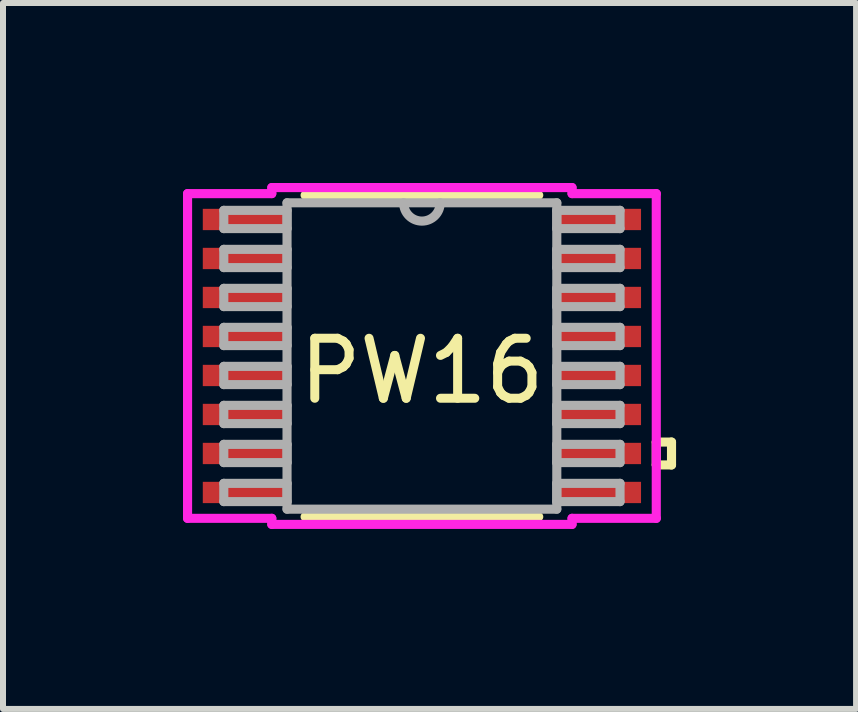
<source format=kicad_pcb>
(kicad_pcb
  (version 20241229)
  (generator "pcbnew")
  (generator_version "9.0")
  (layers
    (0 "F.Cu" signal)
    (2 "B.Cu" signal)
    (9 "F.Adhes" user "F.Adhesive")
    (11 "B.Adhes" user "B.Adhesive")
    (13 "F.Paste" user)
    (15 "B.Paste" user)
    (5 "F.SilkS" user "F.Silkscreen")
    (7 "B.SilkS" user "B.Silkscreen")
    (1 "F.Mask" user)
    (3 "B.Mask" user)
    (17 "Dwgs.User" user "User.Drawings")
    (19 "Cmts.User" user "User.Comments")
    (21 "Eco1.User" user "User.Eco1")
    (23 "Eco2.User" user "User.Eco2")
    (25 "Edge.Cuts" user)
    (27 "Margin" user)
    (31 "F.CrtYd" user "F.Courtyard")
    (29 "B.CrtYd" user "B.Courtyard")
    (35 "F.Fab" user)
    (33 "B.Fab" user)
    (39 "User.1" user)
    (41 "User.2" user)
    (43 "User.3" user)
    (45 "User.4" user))
  (footprint "PW16"
    (layer "F.Cu")
    (at 3.982 2.883)
    (property "Reference" "PW16" (at 0 0.25 0) (layer "F.SilkS") (effects (font (size 1 1) (thickness 0.15))))
    (attr through_hole)
    (fp_line (start -1.947 2.68) (end 1.947 2.68) (stroke (width 0.152) (type solid)) (layer "F.SilkS"))
    (fp_line (start 1.947 -2.68) (end -1.947 -2.68) (stroke (width 0.152) (type solid)) (layer "F.SilkS"))
    (fp_line (start 3.906 1.435) (end 4.16 1.435) (stroke (width 0.152) (type solid)) (layer "F.SilkS"))
    (fp_line (start 3.906 1.816) (end 3.906 1.435) (stroke (width 0.152) (type solid)) (layer "F.SilkS"))
    (fp_line (start 4.16 1.435) (end 4.16 1.816) (stroke (width 0.152) (type solid)) (layer "F.SilkS"))
    (fp_line (start 4.16 1.816) (end 3.906 1.816) (stroke (width 0.152) (type solid)) (layer "F.SilkS"))
    (fp_line (start -3.906 -2.706) (end -2.502 -2.706) (stroke (width 0.152) (type solid)) (layer "F.CrtYd"))
    (fp_line (start -3.906 2.706) (end -3.906 -2.706) (stroke (width 0.152) (type solid)) (layer "F.CrtYd"))
    (fp_line (start -2.502 -2.807) (end 2.502 -2.807) (stroke (width 0.152) (type solid)) (layer "F.CrtYd"))
    (fp_line (start -2.502 -2.706) (end -2.502 -2.807) (stroke (width 0.152) (type solid)) (layer "F.CrtYd"))
    (fp_line (start -2.502 2.706) (end -3.906 2.706) (stroke (width 0.152) (type solid)) (layer "F.CrtYd"))
    (fp_line (start -2.502 2.807) (end -2.502 2.706) (stroke (width 0.152) (type solid)) (layer "F.CrtYd"))
    (fp_line (start 2.502 -2.807) (end 2.502 -2.706) (stroke (width 0.152) (type solid)) (layer "F.CrtYd"))
    (fp_line (start 2.502 -2.706) (end 3.906 -2.706) (stroke (width 0.152) (type solid)) (layer "F.CrtYd"))
    (fp_line (start 2.502 2.706) (end 2.502 2.807) (stroke (width 0.152) (type solid)) (layer "F.CrtYd"))
    (fp_line (start 2.502 2.807) (end -2.502 2.807) (stroke (width 0.152) (type solid)) (layer "F.CrtYd"))
    (fp_line (start 3.906 -2.706) (end 3.906 2.706) (stroke (width 0.152) (type solid)) (layer "F.CrtYd"))
    (fp_line (start 3.906 2.706) (end 2.502 2.706) (stroke (width 0.152) (type solid)) (layer "F.CrtYd"))
    (fp_line (start -3.302 -2.427) (end -3.302 -2.123) (stroke (width 0.152) (type solid)) (layer "F.Fab"))
    (fp_line (start -3.302 -2.123) (end -2.248 -2.123) (stroke (width 0.152) (type solid)) (layer "F.Fab"))
    (fp_line (start -3.302 -1.777) (end -3.302 -1.473) (stroke (width 0.152) (type solid)) (layer "F.Fab"))
    (fp_line (start -3.302 -1.473) (end -2.248 -1.473) (stroke (width 0.152) (type solid)) (layer "F.Fab"))
    (fp_line (start -3.302 -1.127) (end -3.302 -0.823) (stroke (width 0.152) (type solid)) (layer "F.Fab"))
    (fp_line (start -3.302 -0.823) (end -2.248 -0.823) (stroke (width 0.152) (type solid)) (layer "F.Fab"))
    (fp_line (start -3.302 -0.477) (end -3.302 -0.173) (stroke (width 0.152) (type solid)) (layer "F.Fab"))
    (fp_line (start -3.302 -0.173) (end -2.248 -0.173) (stroke (width 0.152) (type solid)) (layer "F.Fab"))
    (fp_line (start -3.302 0.173) (end -3.302 0.477) (stroke (width 0.152) (type solid)) (layer "F.Fab"))
    (fp_line (start -3.302 0.477) (end -2.248 0.477) (stroke (width 0.152) (type solid)) (layer "F.Fab"))
    (fp_line (start -3.302 0.823) (end -3.302 1.127) (stroke (width 0.152) (type solid)) (layer "F.Fab"))
    (fp_line (start -3.302 1.127) (end -2.248 1.127) (stroke (width 0.152) (type solid)) (layer "F.Fab"))
    (fp_line (start -3.302 1.473) (end -3.302 1.777) (stroke (width 0.152) (type solid)) (layer "F.Fab"))
    (fp_line (start -3.302 1.777) (end -2.248 1.777) (stroke (width 0.152) (type solid)) (layer "F.Fab"))
    (fp_line (start -3.302 2.123) (end -3.302 2.427) (stroke (width 0.152) (type solid)) (layer "F.Fab"))
    (fp_line (start -3.302 2.427) (end -2.248 2.427) (stroke (width 0.152) (type solid)) (layer "F.Fab"))
    (fp_line (start -2.248 -2.553) (end -2.248 2.553) (stroke (width 0.152) (type solid)) (layer "F.Fab"))
    (fp_line (start -2.248 -2.427) (end -3.302 -2.427) (stroke (width 0.152) (type solid)) (layer "F.Fab"))
    (fp_line (start -2.248 -2.123) (end -2.248 -2.427) (stroke (width 0.152) (type solid)) (layer "F.Fab"))
    (fp_line (start -2.248 -1.777) (end -3.302 -1.777) (stroke (width 0.152) (type solid)) (layer "F.Fab"))
    (fp_line (start -2.248 -1.473) (end -2.248 -1.777) (stroke (width 0.152) (type solid)) (layer "F.Fab"))
    (fp_line (start -2.248 -1.127) (end -3.302 -1.127) (stroke (width 0.152) (type solid)) (layer "F.Fab"))
    (fp_line (start -2.248 -0.823) (end -2.248 -1.127) (stroke (width 0.152) (type solid)) (layer "F.Fab"))
    (fp_line (start -2.248 -0.477) (end -3.302 -0.477) (stroke (width 0.152) (type solid)) (layer "F.Fab"))
    (fp_line (start -2.248 -0.173) (end -2.248 -0.477) (stroke (width 0.152) (type solid)) (layer "F.Fab"))
    (fp_line (start -2.248 0.173) (end -3.302 0.173) (stroke (width 0.152) (type solid)) (layer "F.Fab"))
    (fp_line (start -2.248 0.477) (end -2.248 0.173) (stroke (width 0.152) (type solid)) (layer "F.Fab"))
    (fp_line (start -2.248 0.823) (end -3.302 0.823) (stroke (width 0.152) (type solid)) (layer "F.Fab"))
    (fp_line (start -2.248 1.127) (end -2.248 0.823) (stroke (width 0.152) (type solid)) (layer "F.Fab"))
    (fp_line (start -2.248 1.473) (end -3.302 1.473) (stroke (width 0.152) (type solid)) (layer "F.Fab"))
    (fp_line (start -2.248 1.777) (end -2.248 1.473) (stroke (width 0.152) (type solid)) (layer "F.Fab"))
    (fp_line (start -2.248 2.123) (end -3.302 2.123) (stroke (width 0.152) (type solid)) (layer "F.Fab"))
    (fp_line (start -2.248 2.427) (end -2.248 2.123) (stroke (width 0.152) (type solid)) (layer "F.Fab"))
    (fp_line (start -2.248 2.553) (end 2.248 2.553) (stroke (width 0.152) (type solid)) (layer "F.Fab"))
    (fp_line (start 2.248 -2.553) (end -2.248 -2.553) (stroke (width 0.152) (type solid)) (layer "F.Fab"))
    (fp_line (start 2.248 -2.427) (end 2.248 -2.123) (stroke (width 0.152) (type solid)) (layer "F.Fab"))
    (fp_line (start 2.248 -2.123) (end 3.302 -2.123) (stroke (width 0.152) (type solid)) (layer "F.Fab"))
    (fp_line (start 2.248 -1.777) (end 2.248 -1.473) (stroke (width 0.152) (type solid)) (layer "F.Fab"))
    (fp_line (start 2.248 -1.473) (end 3.302 -1.473) (stroke (width 0.152) (type solid)) (layer "F.Fab"))
    (fp_line (start 2.248 -1.127) (end 2.248 -0.823) (stroke (width 0.152) (type solid)) (layer "F.Fab"))
    (fp_line (start 2.248 -0.823) (end 3.302 -0.823) (stroke (width 0.152) (type solid)) (layer "F.Fab"))
    (fp_line (start 2.248 -0.477) (end 2.248 -0.173) (stroke (width 0.152) (type solid)) (layer "F.Fab"))
    (fp_line (start 2.248 -0.173) (end 3.302 -0.173) (stroke (width 0.152) (type solid)) (layer "F.Fab"))
    (fp_line (start 2.248 0.173) (end 2.248 0.477) (stroke (width 0.152) (type solid)) (layer "F.Fab"))
    (fp_line (start 2.248 0.477) (end 3.302 0.477) (stroke (width 0.152) (type solid)) (layer "F.Fab"))
    (fp_line (start 2.248 0.823) (end 2.248 1.127) (stroke (width 0.152) (type solid)) (layer "F.Fab"))
    (fp_line (start 2.248 1.127) (end 3.302 1.127) (stroke (width 0.152) (type solid)) (layer "F.Fab"))
    (fp_line (start 2.248 1.473) (end 2.248 1.777) (stroke (width 0.152) (type solid)) (layer "F.Fab"))
    (fp_line (start 2.248 1.777) (end 3.302 1.777) (stroke (width 0.152) (type solid)) (layer "F.Fab"))
    (fp_line (start 2.248 2.123) (end 2.248 2.427) (stroke (width 0.152) (type solid)) (layer "F.Fab"))
    (fp_line (start 2.248 2.427) (end 3.302 2.427) (stroke (width 0.152) (type solid)) (layer "F.Fab"))
    (fp_line (start 2.248 2.553) (end 2.248 -2.553) (stroke (width 0.152) (type solid)) (layer "F.Fab"))
    (fp_line (start 3.302 -2.427) (end 2.248 -2.427) (stroke (width 0.152) (type solid)) (layer "F.Fab"))
    (fp_line (start 3.302 -2.123) (end 3.302 -2.427) (stroke (width 0.152) (type solid)) (layer "F.Fab"))
    (fp_line (start 3.302 -1.777) (end 2.248 -1.777) (stroke (width 0.152) (type solid)) (layer "F.Fab"))
    (fp_line (start 3.302 -1.473) (end 3.302 -1.777) (stroke (width 0.152) (type solid)) (layer "F.Fab"))
    (fp_line (start 3.302 -1.127) (end 2.248 -1.127) (stroke (width 0.152) (type solid)) (layer "F.Fab"))
    (fp_line (start 3.302 -0.823) (end 3.302 -1.127) (stroke (width 0.152) (type solid)) (layer "F.Fab"))
    (fp_line (start 3.302 -0.477) (end 2.248 -0.477) (stroke (width 0.152) (type solid)) (layer "F.Fab"))
    (fp_line (start 3.302 -0.173) (end 3.302 -0.477) (stroke (width 0.152) (type solid)) (layer "F.Fab"))
    (fp_line (start 3.302 0.173) (end 2.248 0.173) (stroke (width 0.152) (type solid)) (layer "F.Fab"))
    (fp_line (start 3.302 0.477) (end 3.302 0.173) (stroke (width 0.152) (type solid)) (layer "F.Fab"))
    (fp_line (start 3.302 0.823) (end 2.248 0.823) (stroke (width 0.152) (type solid)) (layer "F.Fab"))
    (fp_line (start 3.302 1.127) (end 3.302 0.823) (stroke (width 0.152) (type solid)) (layer "F.Fab"))
    (fp_line (start 3.302 1.473) (end 2.248 1.473) (stroke (width 0.152) (type solid)) (layer "F.Fab"))
    (fp_line (start 3.302 1.777) (end 3.302 1.473) (stroke (width 0.152) (type solid)) (layer "F.Fab"))
    (fp_line (start 3.302 2.123) (end 2.248 2.123) (stroke (width 0.152) (type solid)) (layer "F.Fab"))
    (fp_line (start 3.302 2.427) (end 3.302 2.123) (stroke (width 0.152) (type solid)) (layer "F.Fab"))
    (fp_arc (start 0.3048 -2.5527) (mid 0 -2.2479) (end -0.3048 -2.5527) (stroke (width 0.1524) (type solid)) (layer "F.Fab"))
    (pad "1" smd rect (at -2.921 -2.275) (size 1.462 0.355) (layers "F.Cu" "F.Mask" "F.Paste"))
    (pad "2" smd rect (at -2.921 -1.625) (size 1.462 0.355) (layers "F.Cu" "F.Mask" "F.Paste"))
    (pad "3" smd rect (at -2.921 -0.975) (size 1.462 0.355) (layers "F.Cu" "F.Mask" "F.Paste"))
    (pad "4" smd rect (at -2.921 -0.325) (size 1.462 0.355) (layers "F.Cu" "F.Mask" "F.Paste"))
    (pad "5" smd rect (at -2.921 0.325) (size 1.462 0.355) (layers "F.Cu" "F.Mask" "F.Paste"))
    (pad "6" smd rect (at -2.921 0.975) (size 1.462 0.355) (layers "F.Cu" "F.Mask" "F.Paste"))
    (pad "7" smd rect (at -2.921 1.625) (size 1.462 0.355) (layers "F.Cu" "F.Mask" "F.Paste"))
    (pad "8" smd rect (at -2.921 2.275) (size 1.462 0.355) (layers "F.Cu" "F.Mask" "F.Paste"))
    (pad "9" smd rect (at 2.921 2.275) (size 1.462 0.355) (layers "F.Cu" "F.Mask" "F.Paste"))
    (pad "10" smd rect (at 2.921 1.625) (size 1.462 0.355) (layers "F.Cu" "F.Mask" "F.Paste"))
    (pad "11" smd rect (at 2.921 0.975) (size 1.462 0.355) (layers "F.Cu" "F.Mask" "F.Paste"))
    (pad "12" smd rect (at 2.921 0.325) (size 1.462 0.355) (layers "F.Cu" "F.Mask" "F.Paste"))
    (pad "13" smd rect (at 2.921 -0.325) (size 1.462 0.355) (layers "F.Cu" "F.Mask" "F.Paste"))
    (pad "14" smd rect (at 2.921 -0.975) (size 1.462 0.355) (layers "F.Cu" "F.Mask" "F.Paste"))
    (pad "15" smd rect (at 2.921 -1.625) (size 1.462 0.355) (layers "F.Cu" "F.Mask" "F.Paste"))
    (pad "16" smd rect (at 2.921 -2.275) (size 1.462 0.355) (layers "F.Cu" "F.Mask" "F.Paste")))
  (gr_rect
    (start -3 -3)
    (end 11.218 8.766)
    (stroke (width 0.1) (type default))
    (fill no)
    (layer "Edge.Cuts")))
</source>
